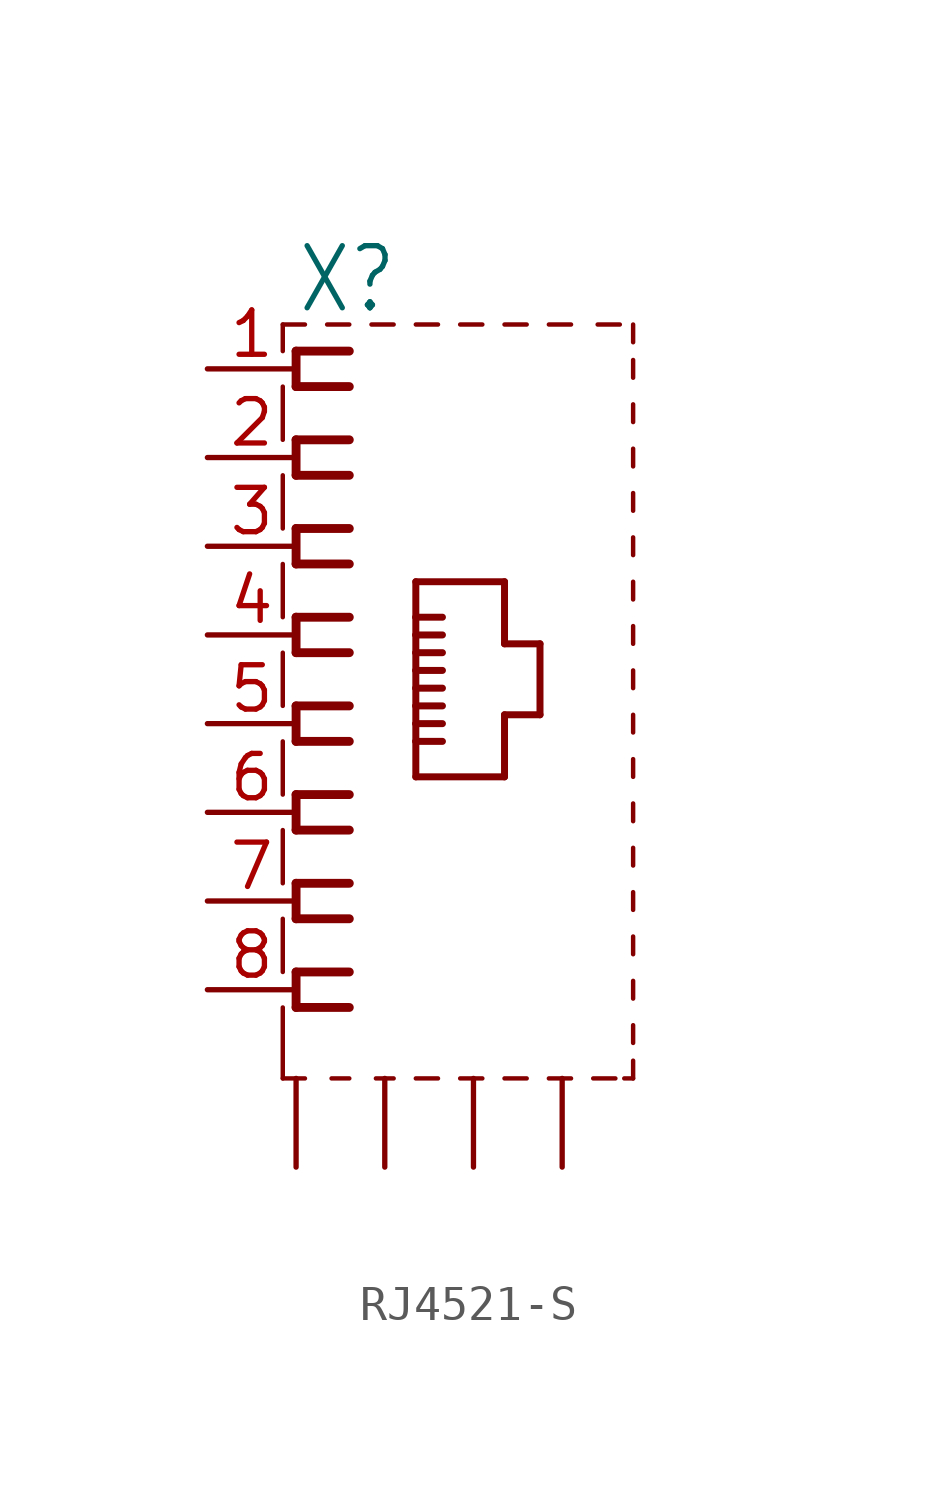
<source format=kicad_sym>
(kicad_symbol_lib
  (version 20220914)
  (generator kicad_symbol_editor)
  (symbol "RJ4521-S"
    (property "Reference" "X"
      (at -5.08 11.684 0)
      (effects (font (size 1.778 1.511)) (justify left bottom)))
    (property "Value" ""
      (at 7.62 -10.16 90)
      (effects (font (size 1.778 1.511)) (justify left bottom)))
    (property "ki_locked" ""
      (at 0 0 0)
      (effects (font (size 1.27 1.27))))
    (symbol "RJ4521-S_1_0"
      (polyline (pts (xy -5.461 -10.16) (xy -4.826 -10.16)) (stroke (width 0.127) (type solid)) (fill (type none)))
      (polyline (pts (xy -5.461 -8.128) (xy -5.461 -10.16)) (stroke (width 0.127) (type solid)) (fill (type none)))
      (polyline (pts (xy -5.461 -5.588) (xy -5.461 -7.112)) (stroke (width 0.127) (type solid)) (fill (type none)))
      (polyline (pts (xy -5.461 -3.048) (xy -5.461 -4.572)) (stroke (width 0.127) (type solid)) (fill (type none)))
      (polyline (pts (xy -5.461 -0.508) (xy -5.461 -2.032)) (stroke (width 0.127) (type solid)) (fill (type none)))
      (polyline (pts (xy -5.461 2.032) (xy -5.461 0.508)) (stroke (width 0.127) (type solid)) (fill (type none)))
      (polyline (pts (xy -5.461 4.572) (xy -5.461 3.048)) (stroke (width 0.127) (type solid)) (fill (type none)))
      (polyline (pts (xy -5.461 7.112) (xy -5.461 5.588)) (stroke (width 0.127) (type solid)) (fill (type none)))
      (polyline (pts (xy -5.461 9.652) (xy -5.461 8.128)) (stroke (width 0.127) (type solid)) (fill (type none)))
      (polyline (pts (xy -5.461 11.43) (xy -5.461 10.668)) (stroke (width 0.127) (type solid)) (fill (type none)))
      (polyline (pts (xy -5.08 -8.128) (xy -3.556 -8.128)) (stroke (width 0.254) (type solid)) (fill (type none)))
      (polyline (pts (xy -5.08 -7.112) (xy -5.08 -8.128)) (stroke (width 0.254) (type solid)) (fill (type none)))
      (polyline (pts (xy -5.08 -5.588) (xy -3.556 -5.588)) (stroke (width 0.254) (type solid)) (fill (type none)))
      (polyline (pts (xy -5.08 -4.572) (xy -5.08 -5.588)) (stroke (width 0.254) (type solid)) (fill (type none)))
      (polyline (pts (xy -5.08 -3.048) (xy -3.556 -3.048)) (stroke (width 0.254) (type solid)) (fill (type none)))
      (polyline (pts (xy -5.08 -2.032) (xy -5.08 -3.048)) (stroke (width 0.254) (type solid)) (fill (type none)))
      (polyline (pts (xy -5.08 -0.508) (xy -3.556 -0.508)) (stroke (width 0.254) (type solid)) (fill (type none)))
      (polyline (pts (xy -5.08 0.508) (xy -5.08 -0.508)) (stroke (width 0.254) (type solid)) (fill (type none)))
      (polyline (pts (xy -5.08 2.032) (xy -3.556 2.032)) (stroke (width 0.254) (type solid)) (fill (type none)))
      (polyline (pts (xy -5.08 3.048) (xy -5.08 2.032)) (stroke (width 0.254) (type solid)) (fill (type none)))
      (polyline (pts (xy -5.08 4.572) (xy -3.556 4.572)) (stroke (width 0.254) (type solid)) (fill (type none)))
      (polyline (pts (xy -5.08 5.588) (xy -5.08 4.572)) (stroke (width 0.254) (type solid)) (fill (type none)))
      (polyline (pts (xy -5.08 7.112) (xy -3.556 7.112)) (stroke (width 0.254) (type solid)) (fill (type none)))
      (polyline (pts (xy -5.08 8.128) (xy -5.08 7.112)) (stroke (width 0.254) (type solid)) (fill (type none)))
      (polyline (pts (xy -5.08 9.652) (xy -3.556 9.652)) (stroke (width 0.254) (type solid)) (fill (type none)))
      (polyline (pts (xy -5.08 10.668) (xy -5.08 9.652)) (stroke (width 0.254) (type solid)) (fill (type none)))
      (polyline (pts (xy -4.826 11.43) (xy -5.461 11.43)) (stroke (width 0.127) (type solid)) (fill (type none)))
      (polyline (pts (xy -4.064 -10.16) (xy -3.556 -10.16)) (stroke (width 0.127) (type solid)) (fill (type none)))
      (polyline (pts (xy -3.556 -7.112) (xy -5.08 -7.112)) (stroke (width 0.254) (type solid)) (fill (type none)))
      (polyline (pts (xy -3.556 -4.572) (xy -5.08 -4.572)) (stroke (width 0.254) (type solid)) (fill (type none)))
      (polyline (pts (xy -3.556 -2.032) (xy -5.08 -2.032)) (stroke (width 0.254) (type solid)) (fill (type none)))
      (polyline (pts (xy -3.556 0.508) (xy -5.08 0.508)) (stroke (width 0.254) (type solid)) (fill (type none)))
      (polyline (pts (xy -3.556 3.048) (xy -5.08 3.048)) (stroke (width 0.254) (type solid)) (fill (type none)))
      (polyline (pts (xy -3.556 5.588) (xy -5.08 5.588)) (stroke (width 0.254) (type solid)) (fill (type none)))
      (polyline (pts (xy -3.556 8.128) (xy -5.08 8.128)) (stroke (width 0.254) (type solid)) (fill (type none)))
      (polyline (pts (xy -3.556 10.668) (xy -5.08 10.668)) (stroke (width 0.254) (type solid)) (fill (type none)))
      (polyline (pts (xy -3.556 11.43) (xy -4.191 11.43)) (stroke (width 0.127) (type solid)) (fill (type none)))
      (polyline (pts (xy -2.794 -10.16) (xy -2.286 -10.16)) (stroke (width 0.127) (type solid)) (fill (type none)))
      (polyline (pts (xy -2.286 11.43) (xy -2.921 11.43)) (stroke (width 0.127) (type solid)) (fill (type none)))
      (polyline (pts (xy -1.651 -1.524) (xy 0.889 -1.524)) (stroke (width 0.2) (type solid)) (fill (type none)))
      (polyline (pts (xy -1.651 -0.508) (xy -1.651 -1.524)) (stroke (width 0.2) (type solid)) (fill (type none)))
      (polyline (pts (xy -1.651 -0.508) (xy -0.889 -0.508)) (stroke (width 0.2) (type solid)) (fill (type none)))
      (polyline (pts (xy -1.651 0) (xy -1.651 -0.508)) (stroke (width 0.2) (type solid)) (fill (type none)))
      (polyline (pts (xy -1.651 0) (xy -0.889 0)) (stroke (width 0.2) (type solid)) (fill (type none)))
      (polyline (pts (xy -1.651 0.508) (xy -1.651 0)) (stroke (width 0.2) (type solid)) (fill (type none)))
      (polyline (pts (xy -1.651 0.508) (xy -0.889 0.508)) (stroke (width 0.2) (type solid)) (fill (type none)))
      (polyline (pts (xy -1.651 1.016) (xy -1.651 0.508)) (stroke (width 0.2) (type solid)) (fill (type none)))
      (polyline (pts (xy -1.651 1.016) (xy -0.889 1.016)) (stroke (width 0.2) (type solid)) (fill (type none)))
      (polyline (pts (xy -1.651 1.524) (xy -1.651 1.016)) (stroke (width 0.2) (type solid)) (fill (type none)))
      (polyline (pts (xy -1.651 1.524) (xy -0.889 1.524)) (stroke (width 0.2) (type solid)) (fill (type none)))
      (polyline (pts (xy -1.651 2.032) (xy -1.651 1.524)) (stroke (width 0.2) (type solid)) (fill (type none)))
      (polyline (pts (xy -1.651 2.032) (xy -0.889 2.032)) (stroke (width 0.2) (type solid)) (fill (type none)))
      (polyline (pts (xy -1.651 2.54) (xy -1.651 2.032)) (stroke (width 0.2) (type solid)) (fill (type none)))
      (polyline (pts (xy -1.651 2.54) (xy -0.889 2.54)) (stroke (width 0.2) (type solid)) (fill (type none)))
      (polyline (pts (xy -1.651 3.048) (xy -1.651 2.54)) (stroke (width 0.2) (type solid)) (fill (type none)))
      (polyline (pts (xy -1.651 3.048) (xy -0.889 3.048)) (stroke (width 0.2) (type solid)) (fill (type none)))
      (polyline (pts (xy -1.651 4.064) (xy -1.651 3.048)) (stroke (width 0.2) (type solid)) (fill (type none)))
      (polyline (pts (xy -1.016 -10.16) (xy -1.651 -10.16)) (stroke (width 0.127) (type solid)) (fill (type none)))
      (polyline (pts (xy -1.016 11.43) (xy -1.651 11.43)) (stroke (width 0.127) (type solid)) (fill (type none)))
      (polyline (pts (xy 0.254 -10.16) (xy -0.381 -10.16)) (stroke (width 0.127) (type solid)) (fill (type none)))
      (polyline (pts (xy 0.254 11.43) (xy -0.381 11.43)) (stroke (width 0.127) (type solid)) (fill (type none)))
      (polyline (pts (xy 0.889 -1.524) (xy 0.889 0.254)) (stroke (width 0.2) (type solid)) (fill (type none)))
      (polyline (pts (xy 0.889 0.254) (xy 1.905 0.254)) (stroke (width 0.2) (type solid)) (fill (type none)))
      (polyline (pts (xy 0.889 2.286) (xy 0.889 4.064)) (stroke (width 0.2) (type solid)) (fill (type none)))
      (polyline (pts (xy 0.889 4.064) (xy -1.651 4.064)) (stroke (width 0.2) (type solid)) (fill (type none)))
      (polyline (pts (xy 1.524 -10.16) (xy 0.889 -10.16)) (stroke (width 0.127) (type solid)) (fill (type none)))
      (polyline (pts (xy 1.524 11.43) (xy 0.889 11.43)) (stroke (width 0.127) (type solid)) (fill (type none)))
      (polyline (pts (xy 1.905 0.254) (xy 1.905 2.286)) (stroke (width 0.2) (type solid)) (fill (type none)))
      (polyline (pts (xy 1.905 2.286) (xy 0.889 2.286)) (stroke (width 0.2) (type solid)) (fill (type none)))
      (polyline (pts (xy 2.794 -10.16) (xy 2.159 -10.16)) (stroke (width 0.127) (type solid)) (fill (type none)))
      (polyline (pts (xy 2.794 11.43) (xy 2.159 11.43)) (stroke (width 0.127) (type solid)) (fill (type none)))
      (polyline (pts (xy 3.556 11.43) (xy 4.191 11.43)) (stroke (width 0.127) (type solid)) (fill (type none)))
      (polyline (pts (xy 4.064 -10.16) (xy 3.429 -10.16)) (stroke (width 0.127) (type solid)) (fill (type none)))
      (polyline (pts (xy 4.318 -10.16) (xy 4.572 -10.16)) (stroke (width 0.127) (type solid)) (fill (type none)))
      (polyline (pts (xy 4.572 -10.16) (xy 4.572 -9.652)) (stroke (width 0.127) (type solid)) (fill (type none)))
      (polyline (pts (xy 4.572 -9.144) (xy 4.572 -8.636)) (stroke (width 0.127) (type solid)) (fill (type none)))
      (polyline (pts (xy 4.572 -7.874) (xy 4.572 -7.366)) (stroke (width 0.127) (type solid)) (fill (type none)))
      (polyline (pts (xy 4.572 -6.604) (xy 4.572 -6.096)) (stroke (width 0.127) (type solid)) (fill (type none)))
      (polyline (pts (xy 4.572 -5.334) (xy 4.572 -4.826)) (stroke (width 0.127) (type solid)) (fill (type none)))
      (polyline (pts (xy 4.572 -4.064) (xy 4.572 -3.556)) (stroke (width 0.127) (type solid)) (fill (type none)))
      (polyline (pts (xy 4.572 -2.794) (xy 4.572 -2.286)) (stroke (width 0.127) (type solid)) (fill (type none)))
      (polyline (pts (xy 4.572 -1.524) (xy 4.572 -1.016)) (stroke (width 0.127) (type solid)) (fill (type none)))
      (polyline (pts (xy 4.572 -0.254) (xy 4.572 0.254)) (stroke (width 0.127) (type solid)) (fill (type none)))
      (polyline (pts (xy 4.572 1.016) (xy 4.572 1.524)) (stroke (width 0.127) (type solid)) (fill (type none)))
      (polyline (pts (xy 4.572 2.286) (xy 4.572 2.794)) (stroke (width 0.127) (type solid)) (fill (type none)))
      (polyline (pts (xy 4.572 3.556) (xy 4.572 4.064)) (stroke (width 0.127) (type solid)) (fill (type none)))
      (polyline (pts (xy 4.572 4.826) (xy 4.572 5.334)) (stroke (width 0.127) (type solid)) (fill (type none)))
      (polyline (pts (xy 4.572 6.096) (xy 4.572 6.604)) (stroke (width 0.127) (type solid)) (fill (type none)))
      (polyline (pts (xy 4.572 7.366) (xy 4.572 7.874)) (stroke (width 0.127) (type solid)) (fill (type none)))
      (polyline (pts (xy 4.572 8.636) (xy 4.572 9.144)) (stroke (width 0.127) (type solid)) (fill (type none)))
      (polyline (pts (xy 4.572 9.906) (xy 4.572 10.414)) (stroke (width 0.127) (type solid)) (fill (type none)))
      (polyline (pts (xy 4.572 10.922) (xy 4.572 11.43)) (stroke (width 0.127) (type solid)) (fill (type none)))
      (pin passive line (at -7.62 10.16 0) (length 2.54) (name "1" (effects (font (size 0 0)))) (number "1" (effects (font (size 1.27 1.27)))))
      (pin passive line (at -7.62 7.62 0) (length 2.54) (name "2" (effects (font (size 0 0)))) (number "2" (effects (font (size 1.27 1.27)))))
      (pin passive line (at -7.62 5.08 0) (length 2.54) (name "3" (effects (font (size 0 0)))) (number "3" (effects (font (size 1.27 1.27)))))
      (pin passive line (at -7.62 2.54 0) (length 2.54) (name "4" (effects (font (size 0 0)))) (number "4" (effects (font (size 1.27 1.27)))))
      (pin passive line (at -7.62 0 0) (length 2.54) (name "5" (effects (font (size 0 0)))) (number "5" (effects (font (size 1.27 1.27)))))
      (pin passive line (at -7.62 -2.54 0) (length 2.54) (name "6" (effects (font (size 0 0)))) (number "6" (effects (font (size 1.27 1.27)))))
      (pin passive line (at -7.62 -5.08 0) (length 2.54) (name "7" (effects (font (size 0 0)))) (number "7" (effects (font (size 1.27 1.27)))))
      (pin passive line (at -7.62 -7.62 0) (length 2.54) (name "8" (effects (font (size 0 0)))) (number "8" (effects (font (size 1.27 1.27)))))
      (pin passive line (at -5.08 -12.7 90) (length 2.54) (name "S@1" (effects (font (size 0 0)))) (number "S1" (effects (font (size 0 0)))))
      (pin passive line (at -2.54 -12.7 90) (length 2.54) (name "S@2" (effects (font (size 0 0)))) (number "S2" (effects (font (size 0 0)))))
      (pin passive line (at 0 -12.7 90) (length 2.54) (name "S@3" (effects (font (size 0 0)))) (number "S3" (effects (font (size 0 0)))))
      (pin passive line (at 2.54 -12.7 90) (length 2.54) (name "S@4" (effects (font (size 0 0)))) (number "S4" (effects (font (size 0 0))))))))
</source>
